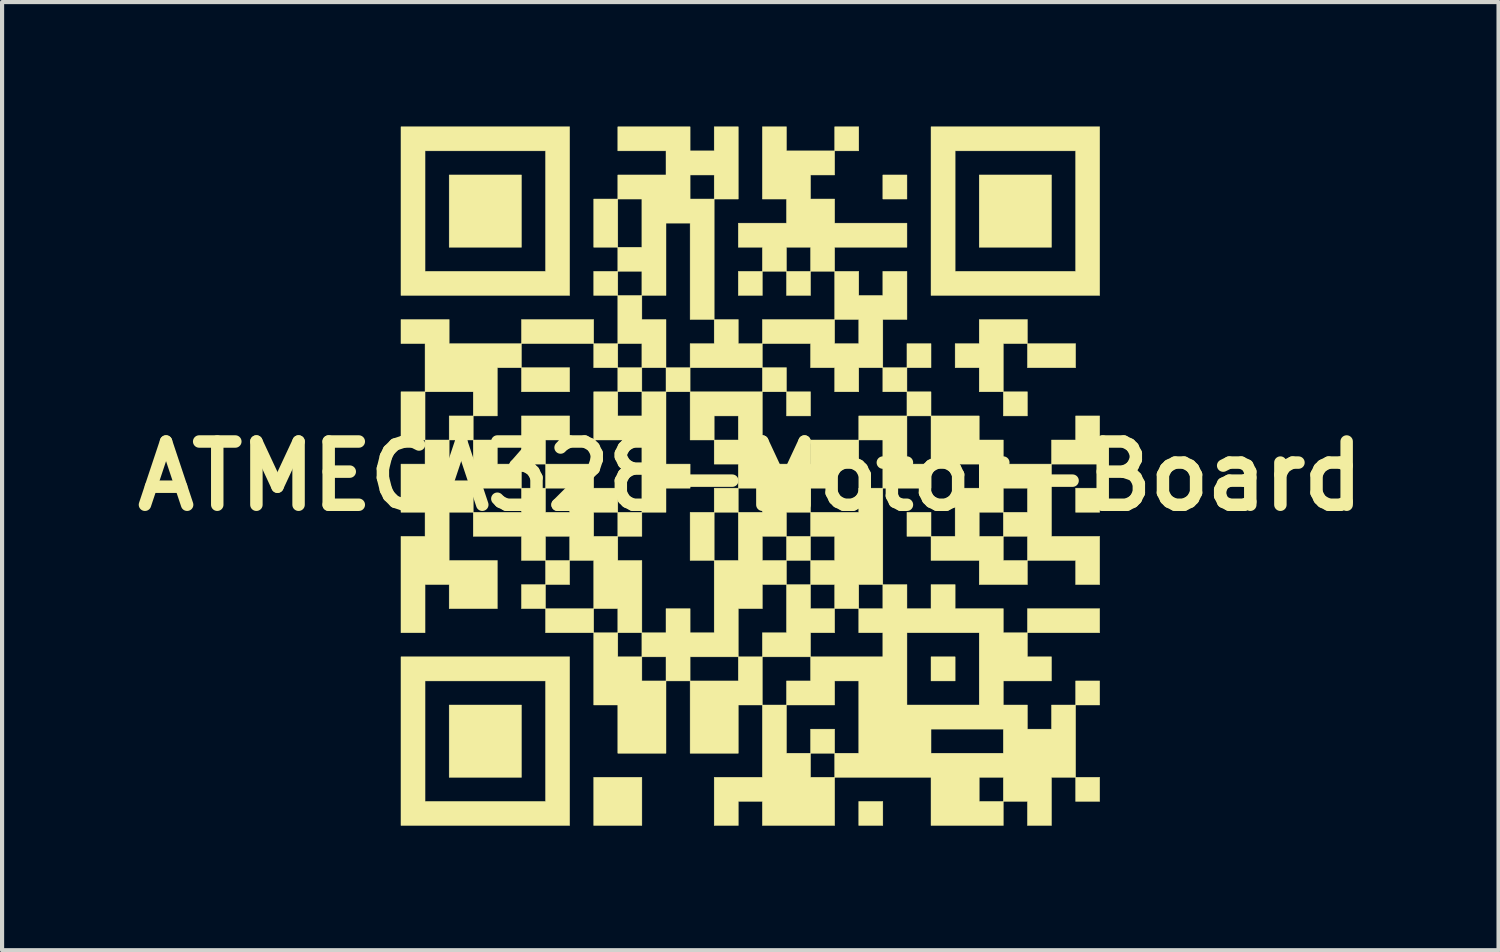
<source format=kicad_pcb>
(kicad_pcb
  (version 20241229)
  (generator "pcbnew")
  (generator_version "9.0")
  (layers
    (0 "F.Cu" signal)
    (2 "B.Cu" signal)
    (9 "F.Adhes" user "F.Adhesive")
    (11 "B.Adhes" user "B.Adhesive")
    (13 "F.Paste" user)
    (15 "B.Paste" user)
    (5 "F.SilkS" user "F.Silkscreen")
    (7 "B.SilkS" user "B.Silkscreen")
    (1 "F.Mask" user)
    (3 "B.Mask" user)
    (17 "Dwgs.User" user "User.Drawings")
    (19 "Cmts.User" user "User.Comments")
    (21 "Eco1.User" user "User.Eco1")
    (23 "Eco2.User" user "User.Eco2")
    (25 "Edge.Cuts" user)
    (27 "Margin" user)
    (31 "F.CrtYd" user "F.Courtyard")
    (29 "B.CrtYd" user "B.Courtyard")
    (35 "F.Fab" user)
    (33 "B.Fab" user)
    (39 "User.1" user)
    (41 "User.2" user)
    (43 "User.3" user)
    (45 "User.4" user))
  (footprint "ATMEGA328-Motor-Board"
    (layer "F.Cu")
    (at 15.03 8.423)
    (property "Reference" "ATMEGA328-Motor-Board" (at 0 0 0) (layer "F.SilkS") (effects (font (size 1.524 1.524) (thickness 0.3))))
    (attr through_hole)
    (fp_poly (pts (xy -7.257 -0.871) (xy -7.257 -1.451) (xy -6.677 -1.451) (xy -6.677 -0.871) (xy -7.257 -0.871)) (stroke (width 0.01) (type solid)) (fill yes) (layer "F.SilkS"))
    (fp_poly (pts (xy -5.515 -5.515) (xy -7.257 -5.515) (xy -7.257 -7.257) (xy -5.515 -7.257) (xy -5.515 -5.515)) (stroke (width 0.01) (type solid)) (fill yes) (layer "F.SilkS"))
    (fp_poly (pts (xy -5.515 7.257) (xy -7.257 7.257) (xy -7.257 5.515) (xy -5.515 5.515) (xy -5.515 7.257)) (stroke (width 0.01) (type solid)) (fill yes) (layer "F.SilkS"))
    (fp_poly (pts (xy -4.354 -2.032) (xy -5.515 -2.032) (xy -5.515 -2.613) (xy -4.354 -2.613) (xy -4.354 -2.032)) (stroke (width 0.01) (type solid)) (fill yes) (layer "F.SilkS"))
    (fp_poly (pts (xy -2.613 1.451) (xy -3.193 1.451) (xy -3.193 0.871) (xy -2.613 0.871) (xy -2.613 1.451)) (stroke (width 0.01) (type solid)) (fill yes) (layer "F.SilkS"))
    (fp_poly (pts (xy -2.613 8.418) (xy -3.774 8.418) (xy -3.774 7.257) (xy -2.613 7.257) (xy -2.613 8.418)) (stroke (width 0.01) (type solid)) (fill yes) (layer "F.SilkS"))
    (fp_poly (pts (xy -2.032 -2.613) (xy -1.451 -2.613) (xy -1.451 -2.032) (xy -2.032 -2.032) (xy -2.032 -2.613)) (stroke (width 0.01) (type solid)) (fill yes) (layer "F.SilkS"))
    (fp_poly (pts (xy -0.871 0.29) (xy -0.29 0.29) (xy -0.29 0.871) (xy -0.871 0.871) (xy -0.871 0.29)) (stroke (width 0.01) (type solid)) (fill yes) (layer "F.SilkS"))
    (fp_poly (pts (xy -0.871 2.032) (xy -1.451 2.032) (xy -1.451 0.871) (xy -0.871 0.871) (xy -0.871 2.032)) (stroke (width 0.01) (type solid)) (fill yes) (layer "F.SilkS"))
    (fp_poly (pts (xy 0.29 -4.354) (xy -0.29 -4.354) (xy -0.29 -4.935) (xy 0.29 -4.935) (xy 0.29 -4.354)) (stroke (width 0.01) (type solid)) (fill yes) (layer "F.SilkS"))
    (fp_poly (pts (xy 0.29 -2.032) (xy 0.29 -2.613) (xy 0.871 -2.613) (xy 0.871 -2.032) (xy 0.29 -2.032)) (stroke (width 0.01) (type solid)) (fill yes) (layer "F.SilkS"))
    (fp_poly (pts (xy 1.451 -2.032) (xy 1.451 -1.451) (xy 0.871 -1.451) (xy 0.871 -2.032) (xy 1.451 -2.032)) (stroke (width 0.01) (type solid)) (fill yes) (layer "F.SilkS"))
    (fp_poly (pts (xy 1.451 2.032) (xy 0.871 2.032) (xy 0.871 1.451) (xy 1.451 1.451) (xy 1.451 2.032)) (stroke (width 0.01) (type solid)) (fill yes) (layer "F.SilkS"))
    (fp_poly (pts (xy 2.032 -8.418) (xy 2.613 -8.418) (xy 2.613 -7.838) (xy 2.032 -7.838) (xy 2.032 -8.418)) (stroke (width 0.01) (type solid)) (fill yes) (layer "F.SilkS"))
    (fp_poly (pts (xy 2.032 6.677) (xy 1.451 6.677) (xy 1.451 6.096) (xy 2.032 6.096) (xy 2.032 6.677)) (stroke (width 0.01) (type solid)) (fill yes) (layer "F.SilkS"))
    (fp_poly (pts (xy 3.193 8.418) (xy 2.613 8.418) (xy 2.613 7.838) (xy 3.193 7.838) (xy 3.193 8.418)) (stroke (width 0.01) (type solid)) (fill yes) (layer "F.SilkS"))
    (fp_poly (pts (xy 3.774 -6.677) (xy 3.193 -6.677) (xy 3.193 -7.257) (xy 3.774 -7.257) (xy 3.774 -6.677)) (stroke (width 0.01) (type solid)) (fill yes) (layer "F.SilkS"))
    (fp_poly (pts (xy 3.774 -3.193) (xy 4.354 -3.193) (xy 4.354 -2.613) (xy 3.774 -2.613) (xy 3.774 -3.193)) (stroke (width 0.01) (type solid)) (fill yes) (layer "F.SilkS"))
    (fp_poly (pts (xy 3.774 1.451) (xy 3.774 0.871) (xy 4.354 0.871) (xy 4.354 1.451) (xy 3.774 1.451)) (stroke (width 0.01) (type solid)) (fill yes) (layer "F.SilkS"))
    (fp_poly (pts (xy 4.935 4.935) (xy 4.354 4.935) (xy 4.354 4.354) (xy 4.935 4.354) (xy 4.935 4.935)) (stroke (width 0.01) (type solid)) (fill yes) (layer "F.SilkS"))
    (fp_poly (pts (xy 6.677 -2.032) (xy 6.677 -1.451) (xy 6.096 -1.451) (xy 6.096 -2.032) (xy 6.677 -2.032)) (stroke (width 0.01) (type solid)) (fill yes) (layer "F.SilkS"))
    (fp_poly (pts (xy 6.677 3.193) (xy 8.418 3.193) (xy 8.418 3.774) (xy 6.677 3.774) (xy 6.677 3.193)) (stroke (width 0.01) (type solid)) (fill yes) (layer "F.SilkS"))
    (fp_poly (pts (xy 7.257 -5.515) (xy 5.515 -5.515) (xy 5.515 -7.257) (xy 7.257 -7.257) (xy 7.257 -5.515)) (stroke (width 0.01) (type solid)) (fill yes) (layer "F.SilkS"))
    (fp_poly (pts (xy 7.838 -2.613) (xy 6.677 -2.613) (xy 6.677 -3.193) (xy 7.838 -3.193) (xy 7.838 -2.613)) (stroke (width 0.01) (type solid)) (fill yes) (layer "F.SilkS"))
    (fp_poly (pts (xy 7.838 4.935) (xy 8.418 4.935) (xy 8.418 5.515) (xy 7.838 5.515) (xy 7.838 4.935)) (stroke (width 0.01) (type solid)) (fill yes) (layer "F.SilkS"))
    (fp_poly (pts (xy 8.418 0.871) (xy 7.838 0.871) (xy 7.838 0.29) (xy 8.418 0.29) (xy 8.418 0.871)) (stroke (width 0.01) (type solid)) (fill yes) (layer "F.SilkS"))
    (fp_poly (pts (xy 8.418 7.838) (xy 7.838 7.838) (xy 7.838 7.257) (xy 8.418 7.257) (xy 8.418 7.838)) (stroke (width 0.01) (type solid)) (fill yes) (layer "F.SilkS"))
    (fp_poly (pts (xy -5.515 -1.451) (xy -4.354 -1.451) (xy -4.354 -0.871) (xy -4.935 -0.871) (xy -4.935 -0.29) (xy -5.515 -0.29) (xy -5.515 -1.451)) (stroke (width 0.01) (type solid)) (fill yes) (layer "F.SilkS"))
    (fp_poly (pts (xy -5.515 0.29) (xy -6.677 0.29) (xy -6.677 -0.871) (xy -6.096 -0.871) (xy -6.096 -0.29) (xy -5.515 -0.29) (xy -5.515 0.29)) (stroke (width 0.01) (type solid)) (fill yes) (layer "F.SilkS"))
    (fp_poly (pts (xy 7.257 -0.871) (xy 7.838 -0.871) (xy 7.838 -1.451) (xy 8.418 -1.451) (xy 8.418 -0.29) (xy 7.257 -0.29) (xy 7.257 -0.871)) (stroke (width 0.01) (type solid)) (fill yes) (layer "F.SilkS"))
    (fp_poly (pts (xy -0.29 4.935) (xy -0.29 4.354) (xy 0.29 4.354) (xy 0.29 5.515) (xy -0.29 5.515) (xy -0.29 6.677) (xy -1.451 6.677) (xy -1.451 4.935) (xy -0.29 4.935)) (stroke (width 0.01) (type solid)) (fill yes) (layer "F.SilkS"))
    (fp_poly (pts (xy 1.451 3.193) (xy 2.032 3.193) (xy 2.032 3.774) (xy 1.451 3.774) (xy 1.451 4.354) (xy 0.29 4.354) (xy 0.29 3.774) (xy 0.871 3.774) (xy 0.871 2.613) (xy 1.451 2.613) (xy 1.451 3.193)) (stroke (width 0.01) (type solid)) (fill yes) (layer "F.SilkS"))
    (fp_poly (pts (xy 5.515 -2.032) (xy 5.515 -2.613) (xy 4.935 -2.613) (xy 4.935 -3.193) (xy 5.515 -3.193) (xy 5.515 -3.774) (xy 6.677 -3.774) (xy 6.677 -3.193) (xy 6.096 -3.193) (xy 6.096 -2.032) (xy 5.515 -2.032)) (stroke (width 0.01) (type solid)) (fill yes) (layer "F.SilkS"))
    (fp_poly (pts (xy -4.354 -4.354) (xy -8.418 -4.354) (xy -8.418 -7.838) (xy -7.838 -7.838) (xy -7.838 -4.935) (xy -4.935 -4.935) (xy -4.935 -7.838) (xy -7.838 -7.838) (xy -8.418 -7.838) (xy -8.418 -8.418) (xy -4.354 -8.418) (xy -4.354 -4.354)) (stroke (width 0.01) (type solid)) (fill yes) (layer "F.SilkS"))
    (fp_poly (pts (xy -4.354 8.418) (xy -8.418 8.418) (xy -8.418 4.935) (xy -7.838 4.935) (xy -7.838 7.838) (xy -4.935 7.838) (xy -4.935 4.935) (xy -7.838 4.935) (xy -8.418 4.935) (xy -8.418 4.354) (xy -4.354 4.354) (xy -4.354 8.418)) (stroke (width 0.01) (type solid)) (fill yes) (layer "F.SilkS"))
    (fp_poly (pts (xy 8.418 -4.354) (xy 4.354 -4.354) (xy 4.354 -7.838) (xy 4.935 -7.838) (xy 4.935 -4.935) (xy 7.838 -4.935) (xy 7.838 -7.838) (xy 4.935 -7.838) (xy 4.354 -7.838) (xy 4.354 -8.418) (xy 8.418 -8.418) (xy 8.418 -4.354)) (stroke (width 0.01) (type solid)) (fill yes) (layer "F.SilkS"))
    (fp_poly (pts (xy -2.032 -0.29) (xy -1.451 -0.29) (xy -1.451 0.29) (xy -2.032 0.29) (xy -2.032 0.871) (xy -2.613 0.871) (xy -2.613 -0.871) (xy -3.774 -0.871) (xy -3.774 -2.032) (xy -3.193 -2.032) (xy -3.193 -1.451) (xy -2.613 -1.451) (xy -2.613 -2.032) (xy -3.193 -2.032) (xy -3.193 -2.613) (xy -2.613 -2.613) (xy -2.613 -2.032) (xy -2.032 -2.032) (xy -2.032 -0.29)) (stroke (width 0.01) (type solid)) (fill yes) (layer "F.SilkS"))
    (fp_poly (pts (xy 2.032 -7.257) (xy 1.451 -7.257) (xy 1.451 -6.677) (xy 2.032 -6.677) (xy 2.032 -6.096) (xy 3.774 -6.096) (xy 3.774 -5.515) (xy 2.032 -5.515) (xy 2.032 -4.935) (xy 1.451 -4.935) (xy 1.451 -4.354) (xy 0.871 -4.354) (xy 0.871 -4.935) (xy 0.29 -4.935) (xy 0.29 -5.515) (xy 0.871 -5.515) (xy 0.871 -4.935) (xy 1.451 -4.935) (xy 1.451 -5.515) (xy 0.871 -5.515) (xy 0.29 -5.515) (xy -0.29 -5.515) (xy -0.29 -6.096) (xy 0.871 -6.096) (xy 0.871 -6.677) (xy 0.29 -6.677) (xy 0.29 -8.418) (xy 0.871 -8.418) (xy 0.871 -7.838) (xy 2.032 -7.838) (xy 2.032 -7.257)) (stroke (width 0.01) (type solid)) (fill yes) (layer "F.SilkS"))
    (fp_poly (pts (xy 7.257 1.451) (xy 8.418 1.451) (xy 8.418 2.613) (xy 7.838 2.613) (xy 7.838 2.032) (xy 6.677 2.032) (xy 6.677 2.613) (xy 5.515 2.613) (xy 5.515 2.032) (xy 6.096 2.032) (xy 6.677 2.032) (xy 6.677 1.451) (xy 6.096 1.451) (xy 6.096 2.032) (xy 5.515 2.032) (xy 4.354 2.032) (xy 4.354 1.451) (xy 4.935 1.451) (xy 4.935 0.871) (xy 5.515 0.871) (xy 5.515 1.451) (xy 6.096 1.451) (xy 6.096 0.871) (xy 5.515 0.871) (xy 4.935 0.871) (xy 4.935 0.29) (xy 5.515 0.29) (xy 6.096 0.29) (xy 6.096 0.871) (xy 6.677 0.871) (xy 6.677 0.29) (xy 6.096 0.29) (xy 5.515 0.29) (xy 5.515 -0.29) (xy 4.354 -0.29) (xy 4.354 -1.451) (xy 5.515 -1.451) (xy 5.515 -0.871) (xy 6.096 -0.871) (xy 6.096 -0.29) (xy 7.257 -0.29) (xy 7.257 1.451)) (stroke (width 0.01) (type solid)) (fill yes) (layer "F.SilkS"))
    (fp_poly (pts (xy 6.677 4.354) (xy 7.257 4.354) (xy 7.257 4.935) (xy 6.096 4.935) (xy 6.096 5.515) (xy 6.677 5.515) (xy 6.677 6.096) (xy 7.257 6.096) (xy 7.257 5.515) (xy 7.838 5.515) (xy 7.838 7.257) (xy 7.257 7.257) (xy 7.257 8.418) (xy 6.677 8.418) (xy 6.677 7.838) (xy 6.096 7.838) (xy 6.096 8.418) (xy 4.354 8.418) (xy 4.354 7.257) (xy 5.515 7.257) (xy 5.515 7.838) (xy 6.096 7.838) (xy 6.096 7.257) (xy 5.515 7.257) (xy 4.354 7.257) (xy 2.032 7.257) (xy 2.032 8.418) (xy 0.29 8.418) (xy 0.29 7.838) (xy -0.29 7.838) (xy -0.29 8.418) (xy -0.871 8.418) (xy -0.871 7.257) (xy 0.29 7.257) (xy 0.29 6.677) (xy 0.871 6.677) (xy 1.451 6.677) (xy 1.451 7.257) (xy 2.032 7.257) (xy 2.032 6.677) (xy 2.613 6.677) (xy 2.613 6.096) (xy 4.354 6.096) (xy 4.354 6.677) (xy 6.096 6.677) (xy 6.096 6.096) (xy 4.354 6.096) (xy 2.613 6.096) (xy 2.613 4.935) (xy 2.032 4.935) (xy 2.032 5.515) (xy 0.871 5.515) (xy 0.871 6.677) (xy 0.29 6.677) (xy 0.29 5.515) (xy 0.871 5.515) (xy 0.871 4.935) (xy 1.451 4.935) (xy 1.451 4.354) (xy 3.193 4.354) (xy 3.193 3.774) (xy 3.774 3.774) (xy 3.774 5.515) (xy 5.515 5.515) (xy 5.515 3.774) (xy 3.774 3.774) (xy 3.193 3.774) (xy 2.613 3.774) (xy 2.613 3.193) (xy 3.193 3.193) (xy 3.193 2.613) (xy 3.774 2.613) (xy 3.774 3.193) (xy 4.354 3.193) (xy 4.354 2.613) (xy 4.935 2.613) (xy 4.935 3.193) (xy 6.096 3.193) (xy 6.096 3.774) (xy 6.677 3.774) (xy 6.677 4.354)) (stroke (width 0.01) (type solid)) (fill yes) (layer "F.SilkS"))
    (fp_poly (pts (xy 3.774 -2.032) (xy 4.354 -2.032) (xy 4.354 -1.451) (xy 3.774 -1.451) (xy 3.774 -0.29) (xy 4.354 -0.29) (xy 4.354 0.29) (xy 3.193 0.29) (xy 3.193 2.613) (xy 2.613 2.613) (xy 2.613 3.193) (xy 2.032 3.193) (xy 2.032 2.613) (xy 1.451 2.613) (xy 1.451 2.032) (xy 2.032 2.032) (xy 2.032 1.451) (xy 1.451 1.451) (xy 1.451 0.871) (xy 0.871 0.871) (xy 0.871 1.451) (xy 0.29 1.451) (xy 0.29 2.032) (xy 0.871 2.032) (xy 0.871 2.613) (xy 0.29 2.613) (xy 0.29 3.193) (xy -0.29 3.193) (xy -0.29 4.354) (xy -1.451 4.354) (xy -1.451 4.935) (xy -2.032 4.935) (xy -2.032 6.677) (xy -3.193 6.677) (xy -3.193 5.515) (xy -3.774 5.515) (xy -3.774 4.935) (xy -2.613 4.935) (xy -2.032 4.935) (xy -2.032 4.354) (xy -2.613 4.354) (xy -2.613 4.935) (xy -3.774 4.935) (xy -3.774 4.354) (xy -3.193 4.354) (xy -2.613 4.354) (xy -2.613 3.774) (xy -3.193 3.774) (xy -3.193 4.354) (xy -3.774 4.354) (xy -3.774 3.774) (xy -3.193 3.774) (xy -3.193 3.193) (xy -3.774 3.193) (xy -3.774 3.774) (xy -4.935 3.774) (xy -4.935 3.193) (xy -5.515 3.193) (xy -5.515 2.613) (xy -4.935 2.613) (xy -4.935 3.193) (xy -3.774 3.193) (xy -3.774 2.032) (xy -4.354 2.032) (xy -4.354 2.613) (xy -4.935 2.613) (xy -4.935 2.032) (xy -5.515 2.032) (xy -5.515 1.451) (xy -4.935 1.451) (xy -4.935 2.032) (xy -4.354 2.032) (xy -4.354 1.451) (xy -4.935 1.451) (xy -5.515 1.451) (xy -6.677 1.451) (xy -6.677 0.871) (xy -7.257 0.871) (xy -7.257 2.032) (xy -6.096 2.032) (xy -6.096 3.193) (xy -7.257 3.193) (xy -7.257 2.613) (xy -7.838 2.613) (xy -7.838 3.774) (xy -8.418 3.774) (xy -8.418 1.451) (xy -7.838 1.451) (xy -7.838 0.871) (xy -8.418 0.871) (xy -8.418 -0.29) (xy -7.838 -0.29) (xy -7.838 -0.871) (xy -8.418 -0.871) (xy -8.418 -2.032) (xy -7.838 -2.032) (xy -7.838 -0.871) (xy -7.257 -0.871) (xy -7.257 0.29) (xy -6.677 0.29) (xy -6.677 0.871) (xy -5.515 0.871) (xy -5.515 0.29) (xy -4.935 0.29) (xy -4.935 0.871) (xy -4.354 0.871) (xy -4.354 0.29) (xy -4.935 0.29) (xy -4.935 -0.29) (xy -3.774 -0.29) (xy -3.774 0.29) (xy -3.193 0.29) (xy -3.193 0.871) (xy -3.774 0.871) (xy -3.774 1.451) (xy -3.193 1.451) (xy -3.193 2.032) (xy -2.613 2.032) (xy -2.613 3.774) (xy -2.032 3.774) (xy -2.032 3.193) (xy -1.451 3.193) (xy -1.451 3.774) (xy -0.871 3.774) (xy -0.871 2.032) (xy -0.29 2.032) (xy -0.29 0.871) (xy 0.29 0.871) (xy 0.29 0.29) (xy 1.451 0.29) (xy 1.451 0.871) (xy 2.613 0.871) (xy 2.613 0.29) (xy 3.193 0.29) (xy 3.193 -0.871) (xy 2.613 -0.871) (xy 2.613 -0.29) (xy 2.032 -0.29) (xy 2.032 0.29) (xy 1.451 0.29) (xy 0.29 0.29) (xy -0.29 0.29) (xy -0.29 -0.29) (xy -0.871 -0.29) (xy -0.871 -0.871) (xy -1.451 -0.871) (xy -1.451 -1.451) (xy -0.871 -1.451) (xy -0.871 -0.871) (xy -0.29 -0.871) (xy -0.29 -1.451) (xy -0.871 -1.451) (xy -1.451 -1.451) (xy -1.451 -2.032) (xy 0.29 -2.032) (xy 0.29 -0.29) (xy 1.451 -0.29) (xy 1.451 -0.871) (xy 2.613 -0.871) (xy 2.613 -1.451) (xy 3.774 -1.451) (xy 3.774 -2.032) (xy 3.193 -2.032) (xy 3.193 -2.613) (xy 2.613 -2.613) (xy 2.613 -2.032) (xy 2.032 -2.032) (xy 2.032 -2.613) (xy 1.451 -2.613) (xy 1.451 -3.193) (xy 0.29 -3.193) (xy 0.29 -2.613) (xy -1.451 -2.613) (xy -1.451 -3.193) (xy -0.871 -3.193) (xy -0.871 -3.774) (xy -1.451 -3.774) (xy -1.451 -6.096) (xy -2.032 -6.096) (xy -2.032 -4.354) (xy -2.613 -4.354) (xy -2.613 -3.774) (xy -2.032 -3.774) (xy -2.032 -2.613) (xy -2.613 -2.613) (xy -2.613 -3.193) (xy -3.193 -3.193) (xy -3.193 -2.613) (xy -3.774 -2.613) (xy -3.774 -3.193) (xy -5.515 -3.193) (xy -5.515 -2.613) (xy -6.096 -2.613) (xy -6.096 -1.451) (xy -6.677 -1.451) (xy -6.677 -2.032) (xy -7.838 -2.032) (xy -7.838 -3.193) (xy -8.418 -3.193) (xy -8.418 -3.774) (xy -7.257 -3.774) (xy -7.257 -3.193) (xy -5.515 -3.193) (xy -5.515 -3.774) (xy -3.774 -3.774) (xy -3.774 -3.193) (xy -3.193 -3.193) (xy -3.193 -4.354) (xy -3.774 -4.354) (xy -3.774 -4.935) (xy -3.193 -4.935) (xy -3.193 -4.354) (xy -2.613 -4.354) (xy -2.613 -4.935) (xy -3.193 -4.935) (xy -3.193 -5.515) (xy -3.774 -5.515) (xy -3.774 -6.677) (xy -3.193 -6.677) (xy -3.193 -5.515) (xy -2.613 -5.515) (xy -2.613 -6.677) (xy -3.193 -6.677) (xy -3.193 -7.257) (xy -2.032 -7.257) (xy -1.451 -7.257) (xy -1.451 -6.677) (xy -0.871 -6.677) (xy -0.871 -7.257) (xy -1.451 -7.257) (xy -2.032 -7.257) (xy -2.032 -7.838) (xy -3.193 -7.838) (xy -3.193 -8.418) (xy -1.451 -8.418) (xy -1.451 -7.838) (xy -0.871 -7.838) (xy -0.871 -8.418) (xy -0.29 -8.418) (xy -0.29 -6.677) (xy -0.871 -6.677) (xy -0.871 -3.774) (xy -0.29 -3.774) (xy -0.29 -3.193) (xy 0.29 -3.193) (xy 0.29 -3.774) (xy 2.032 -3.774) (xy 2.032 -3.193) (xy 2.613 -3.193) (xy 2.613 -3.774) (xy 2.032 -3.774) (xy 2.032 -4.935) (xy 2.613 -4.935) (xy 2.613 -4.354) (xy 3.193 -4.354) (xy 3.193 -4.935) (xy 3.774 -4.935) (xy 3.774 -3.774) (xy 3.193 -3.774) (xy 3.193 -2.613) (xy 3.774 -2.613) (xy 3.774 -2.032)) (stroke (width 0.01) (type solid)) (fill yes) (layer "F.SilkS")))
  (gr_rect
    (start -3 -3)
    (end 33.059 19.847)
    (stroke (width 0.1) (type default))
    (fill no)
    (layer "Edge.Cuts")))
</source>
